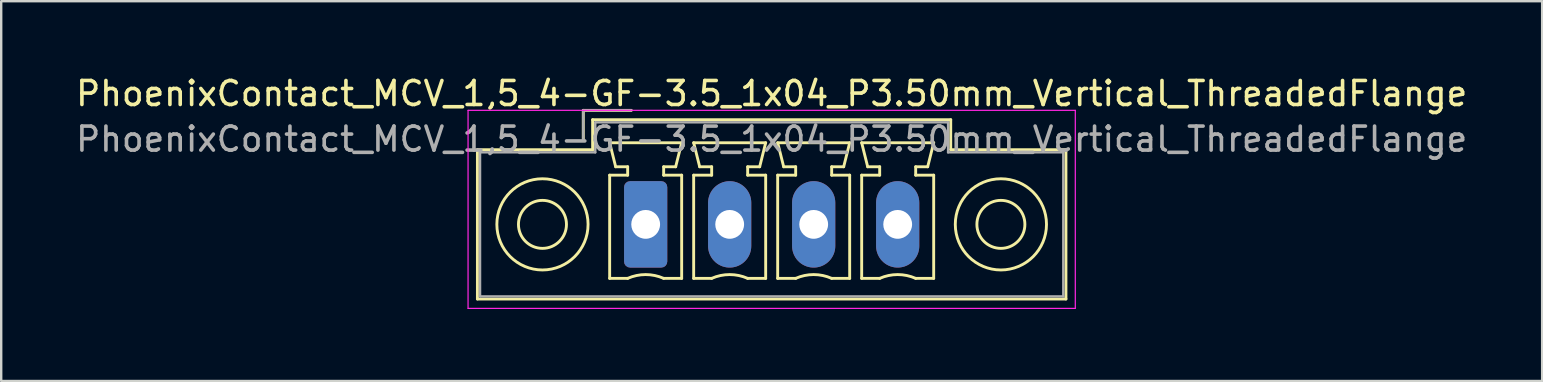
<source format=kicad_pcb>
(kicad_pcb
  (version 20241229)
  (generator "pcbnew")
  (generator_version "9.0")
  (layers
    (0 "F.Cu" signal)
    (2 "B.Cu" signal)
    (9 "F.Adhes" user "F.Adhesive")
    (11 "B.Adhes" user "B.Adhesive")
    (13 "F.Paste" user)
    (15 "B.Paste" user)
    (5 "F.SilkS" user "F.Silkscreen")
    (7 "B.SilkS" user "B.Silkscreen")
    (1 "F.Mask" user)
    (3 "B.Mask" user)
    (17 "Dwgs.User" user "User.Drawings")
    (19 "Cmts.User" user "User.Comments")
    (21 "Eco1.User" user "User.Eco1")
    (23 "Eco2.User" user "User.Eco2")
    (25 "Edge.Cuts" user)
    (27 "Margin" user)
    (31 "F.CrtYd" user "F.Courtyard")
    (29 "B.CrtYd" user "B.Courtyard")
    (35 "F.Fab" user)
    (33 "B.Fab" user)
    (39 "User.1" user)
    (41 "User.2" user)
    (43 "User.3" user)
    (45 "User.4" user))
  (footprint "PhoenixContact_MCV_1,5_4-GF-3.5_1x04_P3.50mm_Vertical_ThreadedFlange"
    (layer "F.Cu")
    (at 23.851 6.298)
    (property "Reference" "PhoenixContact_MCV_1,5_4-GF-3.5_1x04_P3.50mm_Vertical_ThreadedFlange" (at 5.25 -5.45 0) (layer "F.SilkS") (effects (font (size 1 1) (thickness 0.15))))
    (attr through_hole)
    (fp_line (start -7.01 -3.11) (end -7.01 3.11) (stroke (width 0.12) (type solid)) (layer "F.SilkS"))
    (fp_line (start -7.01 3.11) (end 17.51 3.11) (stroke (width 0.12) (type solid)) (layer "F.SilkS"))
    (fp_line (start -2.6 -4.75) (end -0.6 -4.75) (stroke (width 0.12) (type solid)) (layer "F.SilkS"))
    (fp_line (start -2.6 -3.5) (end -2.6 -4.75) (stroke (width 0.12) (type solid)) (layer "F.SilkS"))
    (fp_line (start -2.21 -4.36) (end -2.21 -3.11) (stroke (width 0.12) (type solid)) (layer "F.SilkS"))
    (fp_line (start -2.21 -3.11) (end -7.01 -3.11) (stroke (width 0.12) (type solid)) (layer "F.SilkS"))
    (fp_line (start -1.5 -3.4) (end 1.5 -3.4) (stroke (width 0.12) (type solid)) (layer "F.SilkS"))
    (fp_line (start -1.5 -2.05) (end -0.75 -2.05) (stroke (width 0.12) (type solid)) (layer "F.SilkS"))
    (fp_line (start -1.5 2.25) (end -1.5 -2.05) (stroke (width 0.12) (type solid)) (layer "F.SilkS"))
    (fp_line (start -1.25 -2.4) (end -1.5 -3.4) (stroke (width 0.12) (type solid)) (layer "F.SilkS"))
    (fp_line (start -0.75 -2.4) (end -1.25 -2.4) (stroke (width 0.12) (type solid)) (layer "F.SilkS"))
    (fp_line (start -0.75 -2.05) (end -0.75 -2.4) (stroke (width 0.12) (type solid)) (layer "F.SilkS"))
    (fp_line (start -0.75 2.25) (end -1.5 2.25) (stroke (width 0.12) (type solid)) (layer "F.SilkS"))
    (fp_line (start 0.75 -2.4) (end 0.75 -2.05) (stroke (width 0.12) (type solid)) (layer "F.SilkS"))
    (fp_line (start 0.75 -2.05) (end 1.5 -2.05) (stroke (width 0.12) (type solid)) (layer "F.SilkS"))
    (fp_line (start 1.25 -2.4) (end 0.75 -2.4) (stroke (width 0.12) (type solid)) (layer "F.SilkS"))
    (fp_line (start 1.5 -3.4) (end 1.25 -2.4) (stroke (width 0.12) (type solid)) (layer "F.SilkS"))
    (fp_line (start 1.5 -2.05) (end 1.5 2.25) (stroke (width 0.12) (type solid)) (layer "F.SilkS"))
    (fp_line (start 1.5 2.25) (end 0.75 2.25) (stroke (width 0.12) (type solid)) (layer "F.SilkS"))
    (fp_line (start 2 -3.4) (end 5 -3.4) (stroke (width 0.12) (type solid)) (layer "F.SilkS"))
    (fp_line (start 2 -2.05) (end 2.75 -2.05) (stroke (width 0.12) (type solid)) (layer "F.SilkS"))
    (fp_line (start 2 2.25) (end 2 -2.05) (stroke (width 0.12) (type solid)) (layer "F.SilkS"))
    (fp_line (start 2.25 -2.4) (end 2 -3.4) (stroke (width 0.12) (type solid)) (layer "F.SilkS"))
    (fp_line (start 2.75 -2.4) (end 2.25 -2.4) (stroke (width 0.12) (type solid)) (layer "F.SilkS"))
    (fp_line (start 2.75 -2.05) (end 2.75 -2.4) (stroke (width 0.12) (type solid)) (layer "F.SilkS"))
    (fp_line (start 2.75 2.25) (end 2 2.25) (stroke (width 0.12) (type solid)) (layer "F.SilkS"))
    (fp_line (start 4.25 -2.4) (end 4.25 -2.05) (stroke (width 0.12) (type solid)) (layer "F.SilkS"))
    (fp_line (start 4.25 -2.05) (end 5 -2.05) (stroke (width 0.12) (type solid)) (layer "F.SilkS"))
    (fp_line (start 4.75 -2.4) (end 4.25 -2.4) (stroke (width 0.12) (type solid)) (layer "F.SilkS"))
    (fp_line (start 5 -3.4) (end 4.75 -2.4) (stroke (width 0.12) (type solid)) (layer "F.SilkS"))
    (fp_line (start 5 -2.05) (end 5 2.25) (stroke (width 0.12) (type solid)) (layer "F.SilkS"))
    (fp_line (start 5 2.25) (end 4.25 2.25) (stroke (width 0.12) (type solid)) (layer "F.SilkS"))
    (fp_line (start 5.5 -3.4) (end 8.5 -3.4) (stroke (width 0.12) (type solid)) (layer "F.SilkS"))
    (fp_line (start 5.5 -2.05) (end 6.25 -2.05) (stroke (width 0.12) (type solid)) (layer "F.SilkS"))
    (fp_line (start 5.5 2.25) (end 5.5 -2.05) (stroke (width 0.12) (type solid)) (layer "F.SilkS"))
    (fp_line (start 5.75 -2.4) (end 5.5 -3.4) (stroke (width 0.12) (type solid)) (layer "F.SilkS"))
    (fp_line (start 6.25 -2.4) (end 5.75 -2.4) (stroke (width 0.12) (type solid)) (layer "F.SilkS"))
    (fp_line (start 6.25 -2.05) (end 6.25 -2.4) (stroke (width 0.12) (type solid)) (layer "F.SilkS"))
    (fp_line (start 6.25 2.25) (end 5.5 2.25) (stroke (width 0.12) (type solid)) (layer "F.SilkS"))
    (fp_line (start 7.75 -2.4) (end 7.75 -2.05) (stroke (width 0.12) (type solid)) (layer "F.SilkS"))
    (fp_line (start 7.75 -2.05) (end 8.5 -2.05) (stroke (width 0.12) (type solid)) (layer "F.SilkS"))
    (fp_line (start 8.25 -2.4) (end 7.75 -2.4) (stroke (width 0.12) (type solid)) (layer "F.SilkS"))
    (fp_line (start 8.5 -3.4) (end 8.25 -2.4) (stroke (width 0.12) (type solid)) (layer "F.SilkS"))
    (fp_line (start 8.5 -2.05) (end 8.5 2.25) (stroke (width 0.12) (type solid)) (layer "F.SilkS"))
    (fp_line (start 8.5 2.25) (end 7.75 2.25) (stroke (width 0.12) (type solid)) (layer "F.SilkS"))
    (fp_line (start 9 -3.4) (end 12 -3.4) (stroke (width 0.12) (type solid)) (layer "F.SilkS"))
    (fp_line (start 9 -2.05) (end 9.75 -2.05) (stroke (width 0.12) (type solid)) (layer "F.SilkS"))
    (fp_line (start 9 2.25) (end 9 -2.05) (stroke (width 0.12) (type solid)) (layer "F.SilkS"))
    (fp_line (start 9.25 -2.4) (end 9 -3.4) (stroke (width 0.12) (type solid)) (layer "F.SilkS"))
    (fp_line (start 9.75 -2.4) (end 9.25 -2.4) (stroke (width 0.12) (type solid)) (layer "F.SilkS"))
    (fp_line (start 9.75 -2.05) (end 9.75 -2.4) (stroke (width 0.12) (type solid)) (layer "F.SilkS"))
    (fp_line (start 9.75 2.25) (end 9 2.25) (stroke (width 0.12) (type solid)) (layer "F.SilkS"))
    (fp_line (start 11.25 -2.4) (end 11.25 -2.05) (stroke (width 0.12) (type solid)) (layer "F.SilkS"))
    (fp_line (start 11.25 -2.05) (end 12 -2.05) (stroke (width 0.12) (type solid)) (layer "F.SilkS"))
    (fp_line (start 11.75 -2.4) (end 11.25 -2.4) (stroke (width 0.12) (type solid)) (layer "F.SilkS"))
    (fp_line (start 12 -3.4) (end 11.75 -2.4) (stroke (width 0.12) (type solid)) (layer "F.SilkS"))
    (fp_line (start 12 -2.05) (end 12 2.25) (stroke (width 0.12) (type solid)) (layer "F.SilkS"))
    (fp_line (start 12 2.25) (end 11.25 2.25) (stroke (width 0.12) (type solid)) (layer "F.SilkS"))
    (fp_line (start 12.71 -4.36) (end -2.21 -4.36) (stroke (width 0.12) (type solid)) (layer "F.SilkS"))
    (fp_line (start 12.71 -3.11) (end 12.71 -4.36) (stroke (width 0.12) (type solid)) (layer "F.SilkS"))
    (fp_line (start 17.51 -3.11) (end 12.71 -3.11) (stroke (width 0.12) (type solid)) (layer "F.SilkS"))
    (fp_line (start 17.51 3.11) (end 17.51 -3.11) (stroke (width 0.12) (type solid)) (layer "F.SilkS"))
    (fp_arc (start -0.75 2.25) (mid -0.000193 2.09191) (end 0.749647 2.249844) (stroke (width 0.12) (type solid)) (layer "F.SilkS"))
    (fp_arc (start 2.75 2.25) (mid 3.499807 2.09191) (end 4.249647 2.249844) (stroke (width 0.12) (type solid)) (layer "F.SilkS"))
    (fp_arc (start 6.25 2.25) (mid 6.999807 2.09191) (end 7.749647 2.249844) (stroke (width 0.12) (type solid)) (layer "F.SilkS"))
    (fp_arc (start 9.75 2.25) (mid 10.499807 2.09191) (end 11.249647 2.249844) (stroke (width 0.12) (type solid)) (layer "F.SilkS"))
    (fp_circle (center -4.3 0) (end -3.3 0) (stroke (width 0.12) (type solid)) (fill no) (layer "F.SilkS"))
    (fp_circle (center -4.3 0) (end -2.4 0) (stroke (width 0.12) (type solid)) (fill no) (layer "F.SilkS"))
    (fp_circle (center 14.8 0) (end 15.8 0) (stroke (width 0.12) (type solid)) (fill no) (layer "F.SilkS"))
    (fp_circle (center 14.8 0) (end 16.7 0) (stroke (width 0.12) (type solid)) (fill no) (layer "F.SilkS"))
    (fp_line (start -7.4 -4.75) (end -7.4 3.5) (stroke (width 0.05) (type solid)) (layer "F.CrtYd"))
    (fp_line (start -7.4 3.5) (end 17.9 3.5) (stroke (width 0.05) (type solid)) (layer "F.CrtYd"))
    (fp_line (start 17.9 -4.75) (end -7.4 -4.75) (stroke (width 0.05) (type solid)) (layer "F.CrtYd"))
    (fp_line (start 17.9 3.5) (end 17.9 -4.75) (stroke (width 0.05) (type solid)) (layer "F.CrtYd"))
    (fp_line (start -6.9 -3) (end -6.9 3) (stroke (width 0.1) (type solid)) (layer "F.Fab"))
    (fp_line (start -6.9 3) (end 17.4 3) (stroke (width 0.1) (type solid)) (layer "F.Fab"))
    (fp_line (start -2.6 -4.75) (end -0.6 -4.75) (stroke (width 0.1) (type solid)) (layer "F.Fab"))
    (fp_line (start -2.6 -3.5) (end -2.6 -4.75) (stroke (width 0.1) (type solid)) (layer "F.Fab"))
    (fp_line (start -2.1 -4.25) (end -2.1 -3) (stroke (width 0.1) (type solid)) (layer "F.Fab"))
    (fp_line (start -2.1 -3) (end -6.9 -3) (stroke (width 0.1) (type solid)) (layer "F.Fab"))
    (fp_line (start 12.6 -4.25) (end -2.1 -4.25) (stroke (width 0.1) (type solid)) (layer "F.Fab"))
    (fp_line (start 12.6 -3) (end 12.6 -4.25) (stroke (width 0.1) (type solid)) (layer "F.Fab"))
    (fp_line (start 17.4 -3) (end 12.6 -3) (stroke (width 0.1) (type solid)) (layer "F.Fab"))
    (fp_line (start 17.4 3) (end 17.4 -3) (stroke (width 0.1) (type solid)) (layer "F.Fab"))
    (fp_text user "${REFERENCE}" (at 5.25 -3.55 0) (layer "F.Fab") (effects (font (size 1 1) (thickness 0.15))))
    (pad "1" thru_hole roundrect (at 0 0) (size 1.8 3.6) (drill 1.2) (layers "*.Cu" "*.Mask") (roundrect_rratio 0.139))
    (pad "2" thru_hole oval (at 3.5 0) (size 1.8 3.6) (drill 1.2) (layers "*.Cu" "*.Mask"))
    (pad "3" thru_hole oval (at 7 0) (size 1.8 3.6) (drill 1.2) (layers "*.Cu" "*.Mask"))
    (pad "4" thru_hole oval (at 10.5 0) (size 1.8 3.6) (drill 1.2) (layers "*.Cu" "*.Mask")))
  (gr_rect
    (start -3 -3)
    (end 61.202 12.823)
    (stroke (width 0.1) (type default))
    (fill no)
    (layer "Edge.Cuts")))
</source>
